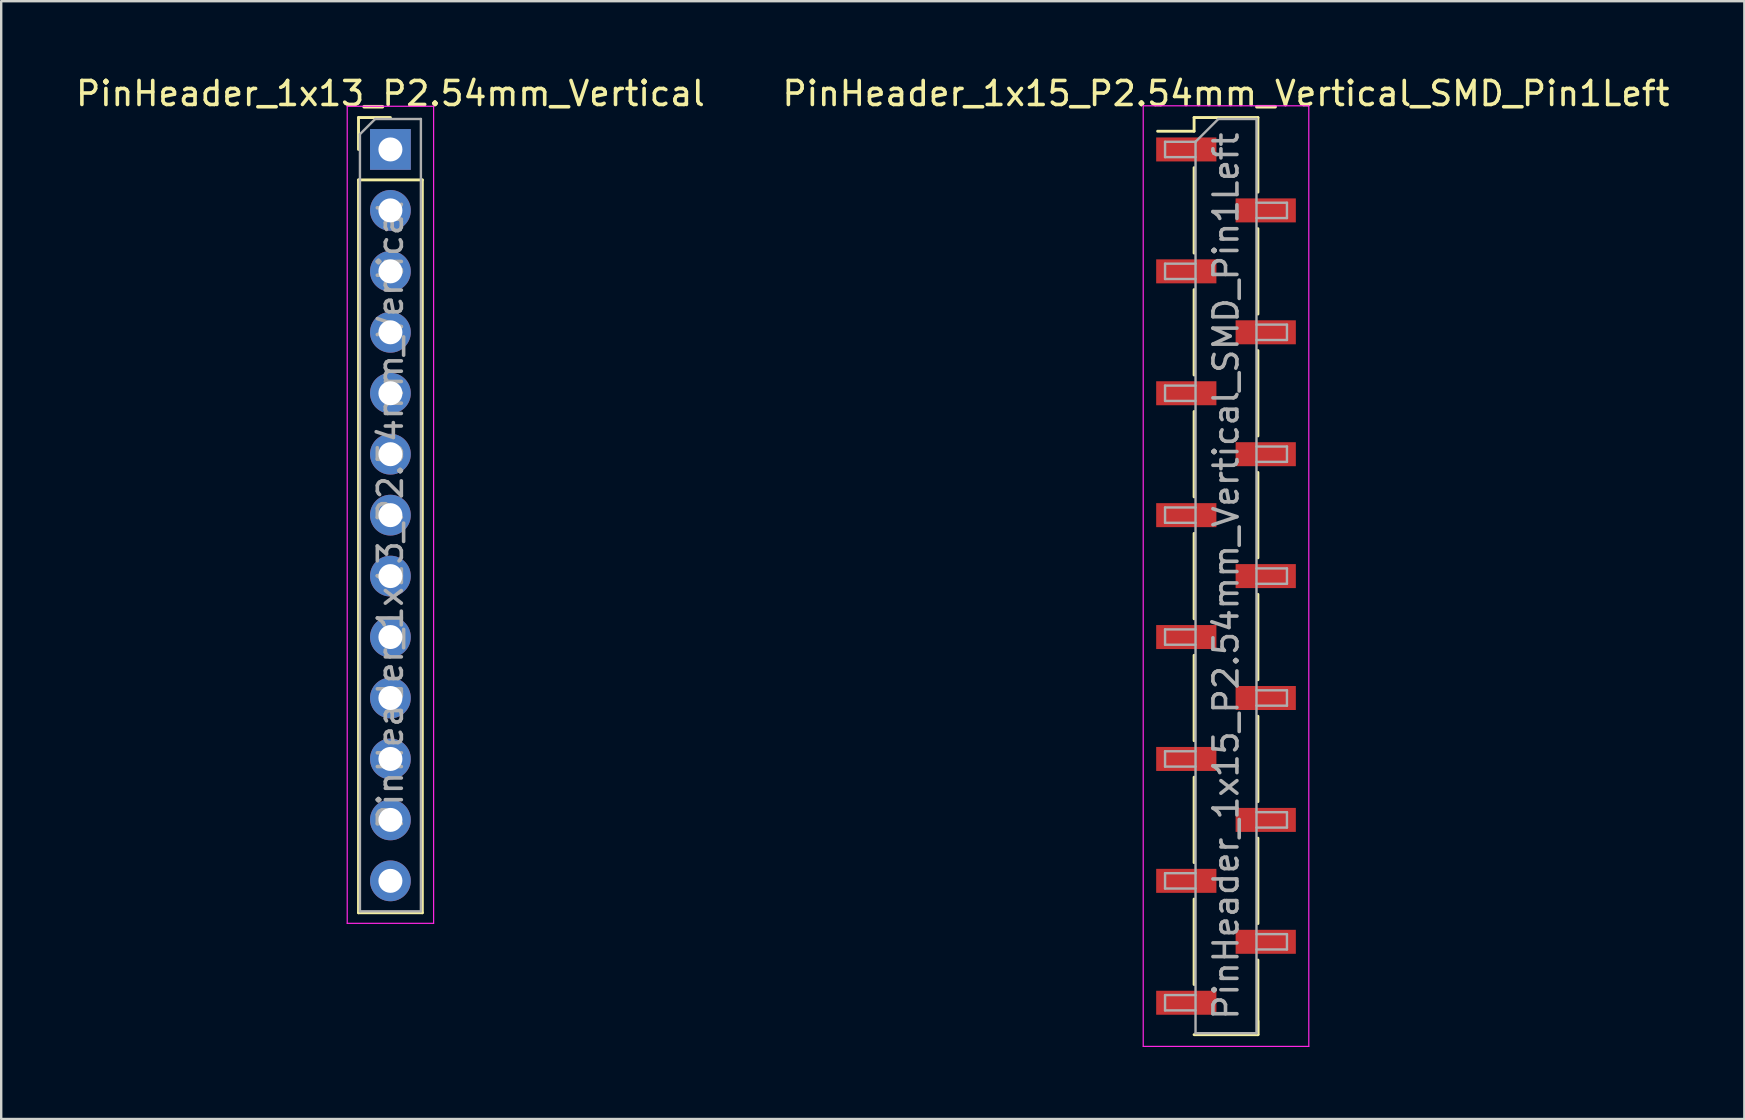
<source format=kicad_pcb>
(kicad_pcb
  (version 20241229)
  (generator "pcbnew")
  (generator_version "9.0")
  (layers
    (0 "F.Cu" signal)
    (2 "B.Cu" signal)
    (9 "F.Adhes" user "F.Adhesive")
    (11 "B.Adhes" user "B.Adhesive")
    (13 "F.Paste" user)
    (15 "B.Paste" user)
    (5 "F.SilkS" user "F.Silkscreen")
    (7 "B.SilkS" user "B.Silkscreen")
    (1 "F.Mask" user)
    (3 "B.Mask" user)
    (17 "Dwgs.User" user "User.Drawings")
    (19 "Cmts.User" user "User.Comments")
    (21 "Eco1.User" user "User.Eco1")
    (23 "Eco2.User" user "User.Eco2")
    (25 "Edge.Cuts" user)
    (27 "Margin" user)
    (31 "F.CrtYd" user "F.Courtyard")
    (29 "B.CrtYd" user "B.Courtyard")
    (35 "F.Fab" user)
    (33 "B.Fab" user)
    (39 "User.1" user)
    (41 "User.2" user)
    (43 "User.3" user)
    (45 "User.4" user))
  (footprint "PinHeader_1x15_P2.54mm_Vertical_SMD_Pin1Left"
    (layer "F.Cu")
    (at 48.042 20.958)
    (property "Reference" "PinHeader_1x15_P2.54mm_Vertical_SMD_Pin1Left" (at 0 -20.11 0) (layer "F.SilkS") (effects (font (size 1 1) (thickness 0.15))))
    (attr smd)
    (fp_line (start -1.33 -19.11) (end -1.33 -18.54) (stroke (width 0.12) (type solid)) (layer "F.SilkS"))
    (fp_line (start -1.33 -19.11) (end 1.33 -19.11) (stroke (width 0.12) (type solid)) (layer "F.SilkS"))
    (fp_line (start -1.33 -18.54) (end -2.85 -18.54) (stroke (width 0.12) (type solid)) (layer "F.SilkS"))
    (fp_line (start -1.33 -17.02) (end -1.33 -13.46) (stroke (width 0.12) (type solid)) (layer "F.SilkS"))
    (fp_line (start -1.33 -11.94) (end -1.33 -8.38) (stroke (width 0.12) (type solid)) (layer "F.SilkS"))
    (fp_line (start -1.33 -6.86) (end -1.33 -3.3) (stroke (width 0.12) (type solid)) (layer "F.SilkS"))
    (fp_line (start -1.33 -1.78) (end -1.33 1.78) (stroke (width 0.12) (type solid)) (layer "F.SilkS"))
    (fp_line (start -1.33 3.3) (end -1.33 6.86) (stroke (width 0.12) (type solid)) (layer "F.SilkS"))
    (fp_line (start -1.33 8.38) (end -1.33 11.94) (stroke (width 0.12) (type solid)) (layer "F.SilkS"))
    (fp_line (start -1.33 13.46) (end -1.33 17.02) (stroke (width 0.12) (type solid)) (layer "F.SilkS"))
    (fp_line (start -1.33 19.11) (end 1.33 19.11) (stroke (width 0.12) (type solid)) (layer "F.SilkS"))
    (fp_line (start 1.33 -19.11) (end 1.33 -16) (stroke (width 0.12) (type solid)) (layer "F.SilkS"))
    (fp_line (start 1.33 -14.48) (end 1.33 -10.92) (stroke (width 0.12) (type solid)) (layer "F.SilkS"))
    (fp_line (start 1.33 -9.4) (end 1.33 -5.84) (stroke (width 0.12) (type solid)) (layer "F.SilkS"))
    (fp_line (start 1.33 -4.32) (end 1.33 -0.76) (stroke (width 0.12) (type solid)) (layer "F.SilkS"))
    (fp_line (start 1.33 0.76) (end 1.33 4.32) (stroke (width 0.12) (type solid)) (layer "F.SilkS"))
    (fp_line (start 1.33 5.84) (end 1.33 9.4) (stroke (width 0.12) (type solid)) (layer "F.SilkS"))
    (fp_line (start 1.33 10.92) (end 1.33 14.48) (stroke (width 0.12) (type solid)) (layer "F.SilkS"))
    (fp_line (start 1.33 16) (end 1.33 19.11) (stroke (width 0.12) (type solid)) (layer "F.SilkS"))
    (fp_line (start 1.33 18.54) (end 1.33 19.11) (stroke (width 0.12) (type solid)) (layer "F.SilkS"))
    (fp_line (start -3.45 -19.6) (end -3.45 19.6) (stroke (width 0.05) (type solid)) (layer "F.CrtYd"))
    (fp_line (start -3.45 19.6) (end 3.45 19.6) (stroke (width 0.05) (type solid)) (layer "F.CrtYd"))
    (fp_line (start 3.45 -19.6) (end -3.45 -19.6) (stroke (width 0.05) (type solid)) (layer "F.CrtYd"))
    (fp_line (start 3.45 19.6) (end 3.45 -19.6) (stroke (width 0.05) (type solid)) (layer "F.CrtYd"))
    (fp_line (start -2.54 -18.1) (end -2.54 -17.46) (stroke (width 0.1) (type solid)) (layer "F.Fab"))
    (fp_line (start -2.54 -17.46) (end -1.27 -17.46) (stroke (width 0.1) (type solid)) (layer "F.Fab"))
    (fp_line (start -2.54 -13.02) (end -2.54 -12.38) (stroke (width 0.1) (type solid)) (layer "F.Fab"))
    (fp_line (start -2.54 -12.38) (end -1.27 -12.38) (stroke (width 0.1) (type solid)) (layer "F.Fab"))
    (fp_line (start -2.54 -7.94) (end -2.54 -7.3) (stroke (width 0.1) (type solid)) (layer "F.Fab"))
    (fp_line (start -2.54 -7.3) (end -1.27 -7.3) (stroke (width 0.1) (type solid)) (layer "F.Fab"))
    (fp_line (start -2.54 -2.86) (end -2.54 -2.22) (stroke (width 0.1) (type solid)) (layer "F.Fab"))
    (fp_line (start -2.54 -2.22) (end -1.27 -2.22) (stroke (width 0.1) (type solid)) (layer "F.Fab"))
    (fp_line (start -2.54 2.22) (end -2.54 2.86) (stroke (width 0.1) (type solid)) (layer "F.Fab"))
    (fp_line (start -2.54 2.86) (end -1.27 2.86) (stroke (width 0.1) (type solid)) (layer "F.Fab"))
    (fp_line (start -2.54 7.3) (end -2.54 7.94) (stroke (width 0.1) (type solid)) (layer "F.Fab"))
    (fp_line (start -2.54 7.94) (end -1.27 7.94) (stroke (width 0.1) (type solid)) (layer "F.Fab"))
    (fp_line (start -2.54 12.38) (end -2.54 13.02) (stroke (width 0.1) (type solid)) (layer "F.Fab"))
    (fp_line (start -2.54 13.02) (end -1.27 13.02) (stroke (width 0.1) (type solid)) (layer "F.Fab"))
    (fp_line (start -2.54 17.46) (end -2.54 18.1) (stroke (width 0.1) (type solid)) (layer "F.Fab"))
    (fp_line (start -2.54 18.1) (end -1.27 18.1) (stroke (width 0.1) (type solid)) (layer "F.Fab"))
    (fp_line (start -1.27 -18.1) (end -2.54 -18.1) (stroke (width 0.1) (type solid)) (layer "F.Fab"))
    (fp_line (start -1.27 -18.1) (end -0.32 -19.05) (stroke (width 0.1) (type solid)) (layer "F.Fab"))
    (fp_line (start -1.27 -13.02) (end -2.54 -13.02) (stroke (width 0.1) (type solid)) (layer "F.Fab"))
    (fp_line (start -1.27 -7.94) (end -2.54 -7.94) (stroke (width 0.1) (type solid)) (layer "F.Fab"))
    (fp_line (start -1.27 -2.86) (end -2.54 -2.86) (stroke (width 0.1) (type solid)) (layer "F.Fab"))
    (fp_line (start -1.27 2.22) (end -2.54 2.22) (stroke (width 0.1) (type solid)) (layer "F.Fab"))
    (fp_line (start -1.27 7.3) (end -2.54 7.3) (stroke (width 0.1) (type solid)) (layer "F.Fab"))
    (fp_line (start -1.27 12.38) (end -2.54 12.38) (stroke (width 0.1) (type solid)) (layer "F.Fab"))
    (fp_line (start -1.27 17.46) (end -2.54 17.46) (stroke (width 0.1) (type solid)) (layer "F.Fab"))
    (fp_line (start -1.27 19.05) (end -1.27 -18.1) (stroke (width 0.1) (type solid)) (layer "F.Fab"))
    (fp_line (start -0.32 -19.05) (end 1.27 -19.05) (stroke (width 0.1) (type solid)) (layer "F.Fab"))
    (fp_line (start 1.27 -19.05) (end 1.27 19.05) (stroke (width 0.1) (type solid)) (layer "F.Fab"))
    (fp_line (start 1.27 -15.56) (end 2.54 -15.56) (stroke (width 0.1) (type solid)) (layer "F.Fab"))
    (fp_line (start 1.27 -10.48) (end 2.54 -10.48) (stroke (width 0.1) (type solid)) (layer "F.Fab"))
    (fp_line (start 1.27 -5.4) (end 2.54 -5.4) (stroke (width 0.1) (type solid)) (layer "F.Fab"))
    (fp_line (start 1.27 -0.32) (end 2.54 -0.32) (stroke (width 0.1) (type solid)) (layer "F.Fab"))
    (fp_line (start 1.27 4.76) (end 2.54 4.76) (stroke (width 0.1) (type solid)) (layer "F.Fab"))
    (fp_line (start 1.27 9.84) (end 2.54 9.84) (stroke (width 0.1) (type solid)) (layer "F.Fab"))
    (fp_line (start 1.27 14.92) (end 2.54 14.92) (stroke (width 0.1) (type solid)) (layer "F.Fab"))
    (fp_line (start 1.27 19.05) (end -1.27 19.05) (stroke (width 0.1) (type solid)) (layer "F.Fab"))
    (fp_line (start 2.54 -15.56) (end 2.54 -14.92) (stroke (width 0.1) (type solid)) (layer "F.Fab"))
    (fp_line (start 2.54 -14.92) (end 1.27 -14.92) (stroke (width 0.1) (type solid)) (layer "F.Fab"))
    (fp_line (start 2.54 -10.48) (end 2.54 -9.84) (stroke (width 0.1) (type solid)) (layer "F.Fab"))
    (fp_line (start 2.54 -9.84) (end 1.27 -9.84) (stroke (width 0.1) (type solid)) (layer "F.Fab"))
    (fp_line (start 2.54 -5.4) (end 2.54 -4.76) (stroke (width 0.1) (type solid)) (layer "F.Fab"))
    (fp_line (start 2.54 -4.76) (end 1.27 -4.76) (stroke (width 0.1) (type solid)) (layer "F.Fab"))
    (fp_line (start 2.54 -0.32) (end 2.54 0.32) (stroke (width 0.1) (type solid)) (layer "F.Fab"))
    (fp_line (start 2.54 0.32) (end 1.27 0.32) (stroke (width 0.1) (type solid)) (layer "F.Fab"))
    (fp_line (start 2.54 4.76) (end 2.54 5.4) (stroke (width 0.1) (type solid)) (layer "F.Fab"))
    (fp_line (start 2.54 5.4) (end 1.27 5.4) (stroke (width 0.1) (type solid)) (layer "F.Fab"))
    (fp_line (start 2.54 9.84) (end 2.54 10.48) (stroke (width 0.1) (type solid)) (layer "F.Fab"))
    (fp_line (start 2.54 10.48) (end 1.27 10.48) (stroke (width 0.1) (type solid)) (layer "F.Fab"))
    (fp_line (start 2.54 14.92) (end 2.54 15.56) (stroke (width 0.1) (type solid)) (layer "F.Fab"))
    (fp_line (start 2.54 15.56) (end 1.27 15.56) (stroke (width 0.1) (type solid)) (layer "F.Fab"))
    (fp_text user "${REFERENCE}" (at 0 0 90) (layer "F.Fab") (effects (font (size 1 1) (thickness 0.15))))
    (pad "1" smd rect (at -1.655 -17.78) (size 2.51 1) (layers "F.Cu" "F.Mask" "F.Paste"))
    (pad "2" smd rect (at 1.655 -15.24) (size 2.51 1) (layers "F.Cu" "F.Mask" "F.Paste"))
    (pad "3" smd rect (at -1.655 -12.7) (size 2.51 1) (layers "F.Cu" "F.Mask" "F.Paste"))
    (pad "4" smd rect (at 1.655 -10.16) (size 2.51 1) (layers "F.Cu" "F.Mask" "F.Paste"))
    (pad "5" smd rect (at -1.655 -7.62) (size 2.51 1) (layers "F.Cu" "F.Mask" "F.Paste"))
    (pad "6" smd rect (at 1.655 -5.08) (size 2.51 1) (layers "F.Cu" "F.Mask" "F.Paste"))
    (pad "7" smd rect (at -1.655 -2.54) (size 2.51 1) (layers "F.Cu" "F.Mask" "F.Paste"))
    (pad "8" smd rect (at 1.655 0) (size 2.51 1) (layers "F.Cu" "F.Mask" "F.Paste"))
    (pad "9" smd rect (at -1.655 2.54) (size 2.51 1) (layers "F.Cu" "F.Mask" "F.Paste"))
    (pad "10" smd rect (at 1.655 5.08) (size 2.51 1) (layers "F.Cu" "F.Mask" "F.Paste"))
    (pad "11" smd rect (at -1.655 7.62) (size 2.51 1) (layers "F.Cu" "F.Mask" "F.Paste"))
    (pad "12" smd rect (at 1.655 10.16) (size 2.51 1) (layers "F.Cu" "F.Mask" "F.Paste"))
    (pad "13" smd rect (at -1.655 12.7) (size 2.51 1) (layers "F.Cu" "F.Mask" "F.Paste"))
    (pad "14" smd rect (at 1.655 15.24) (size 2.51 1) (layers "F.Cu" "F.Mask" "F.Paste"))
    (pad "15" smd rect (at -1.655 17.78) (size 2.51 1) (layers "F.Cu" "F.Mask" "F.Paste")))
  (footprint "PinHeader_1x13_P2.54mm_Vertical"
    (layer "F.Cu")
    (at 13.22 3.178)
    (property "Reference" "PinHeader_1x13_P2.54mm_Vertical" (at 0 -2.33 0) (layer "F.SilkS") (effects (font (size 1 1) (thickness 0.15))))
    (attr through_hole)
    (fp_line (start -1.33 -1.33) (end 0 -1.33) (stroke (width 0.12) (type solid)) (layer "F.SilkS"))
    (fp_line (start -1.33 0) (end -1.33 -1.33) (stroke (width 0.12) (type solid)) (layer "F.SilkS"))
    (fp_line (start -1.33 1.27) (end -1.33 31.81) (stroke (width 0.12) (type solid)) (layer "F.SilkS"))
    (fp_line (start -1.33 1.27) (end 1.33 1.27) (stroke (width 0.12) (type solid)) (layer "F.SilkS"))
    (fp_line (start -1.33 31.81) (end 1.33 31.81) (stroke (width 0.12) (type solid)) (layer "F.SilkS"))
    (fp_line (start 1.33 1.27) (end 1.33 31.81) (stroke (width 0.12) (type solid)) (layer "F.SilkS"))
    (fp_line (start -1.8 -1.8) (end -1.8 32.25) (stroke (width 0.05) (type solid)) (layer "F.CrtYd"))
    (fp_line (start -1.8 32.25) (end 1.8 32.25) (stroke (width 0.05) (type solid)) (layer "F.CrtYd"))
    (fp_line (start 1.8 -1.8) (end -1.8 -1.8) (stroke (width 0.05) (type solid)) (layer "F.CrtYd"))
    (fp_line (start 1.8 32.25) (end 1.8 -1.8) (stroke (width 0.05) (type solid)) (layer "F.CrtYd"))
    (fp_line (start -1.27 -0.635) (end -0.635 -1.27) (stroke (width 0.1) (type solid)) (layer "F.Fab"))
    (fp_line (start -1.27 31.75) (end -1.27 -0.635) (stroke (width 0.1) (type solid)) (layer "F.Fab"))
    (fp_line (start -0.635 -1.27) (end 1.27 -1.27) (stroke (width 0.1) (type solid)) (layer "F.Fab"))
    (fp_line (start 1.27 -1.27) (end 1.27 31.75) (stroke (width 0.1) (type solid)) (layer "F.Fab"))
    (fp_line (start 1.27 31.75) (end -1.27 31.75) (stroke (width 0.1) (type solid)) (layer "F.Fab"))
    (fp_text user "${REFERENCE}" (at 0 15.24 90) (layer "F.Fab") (effects (font (size 1 1) (thickness 0.15))))
    (pad "1" thru_hole rect (at 0 0) (size 1.7 1.7) (drill 1) (layers "*.Cu" "*.Mask"))
    (pad "2" thru_hole oval (at 0 2.54) (size 1.7 1.7) (drill 1) (layers "*.Cu" "*.Mask"))
    (pad "3" thru_hole oval (at 0 5.08) (size 1.7 1.7) (drill 1) (layers "*.Cu" "*.Mask"))
    (pad "4" thru_hole oval (at 0 7.62) (size 1.7 1.7) (drill 1) (layers "*.Cu" "*.Mask"))
    (pad "5" thru_hole oval (at 0 10.16) (size 1.7 1.7) (drill 1) (layers "*.Cu" "*.Mask"))
    (pad "6" thru_hole oval (at 0 12.7) (size 1.7 1.7) (drill 1) (layers "*.Cu" "*.Mask"))
    (pad "7" thru_hole oval (at 0 15.24) (size 1.7 1.7) (drill 1) (layers "*.Cu" "*.Mask"))
    (pad "8" thru_hole oval (at 0 17.78) (size 1.7 1.7) (drill 1) (layers "*.Cu" "*.Mask"))
    (pad "9" thru_hole oval (at 0 20.32) (size 1.7 1.7) (drill 1) (layers "*.Cu" "*.Mask"))
    (pad "10" thru_hole oval (at 0 22.86) (size 1.7 1.7) (drill 1) (layers "*.Cu" "*.Mask"))
    (pad "11" thru_hole oval (at 0 25.4) (size 1.7 1.7) (drill 1) (layers "*.Cu" "*.Mask"))
    (pad "12" thru_hole oval (at 0 27.94) (size 1.7 1.7) (drill 1) (layers "*.Cu" "*.Mask"))
    (pad "13" thru_hole oval (at 0 30.48) (size 1.7 1.7) (drill 1) (layers "*.Cu" "*.Mask")))
  (gr_rect
    (start -3 -3)
    (end 69.643 43.583)
    (stroke (width 0.1) (type default))
    (fill no)
    (layer "Edge.Cuts")))
</source>
